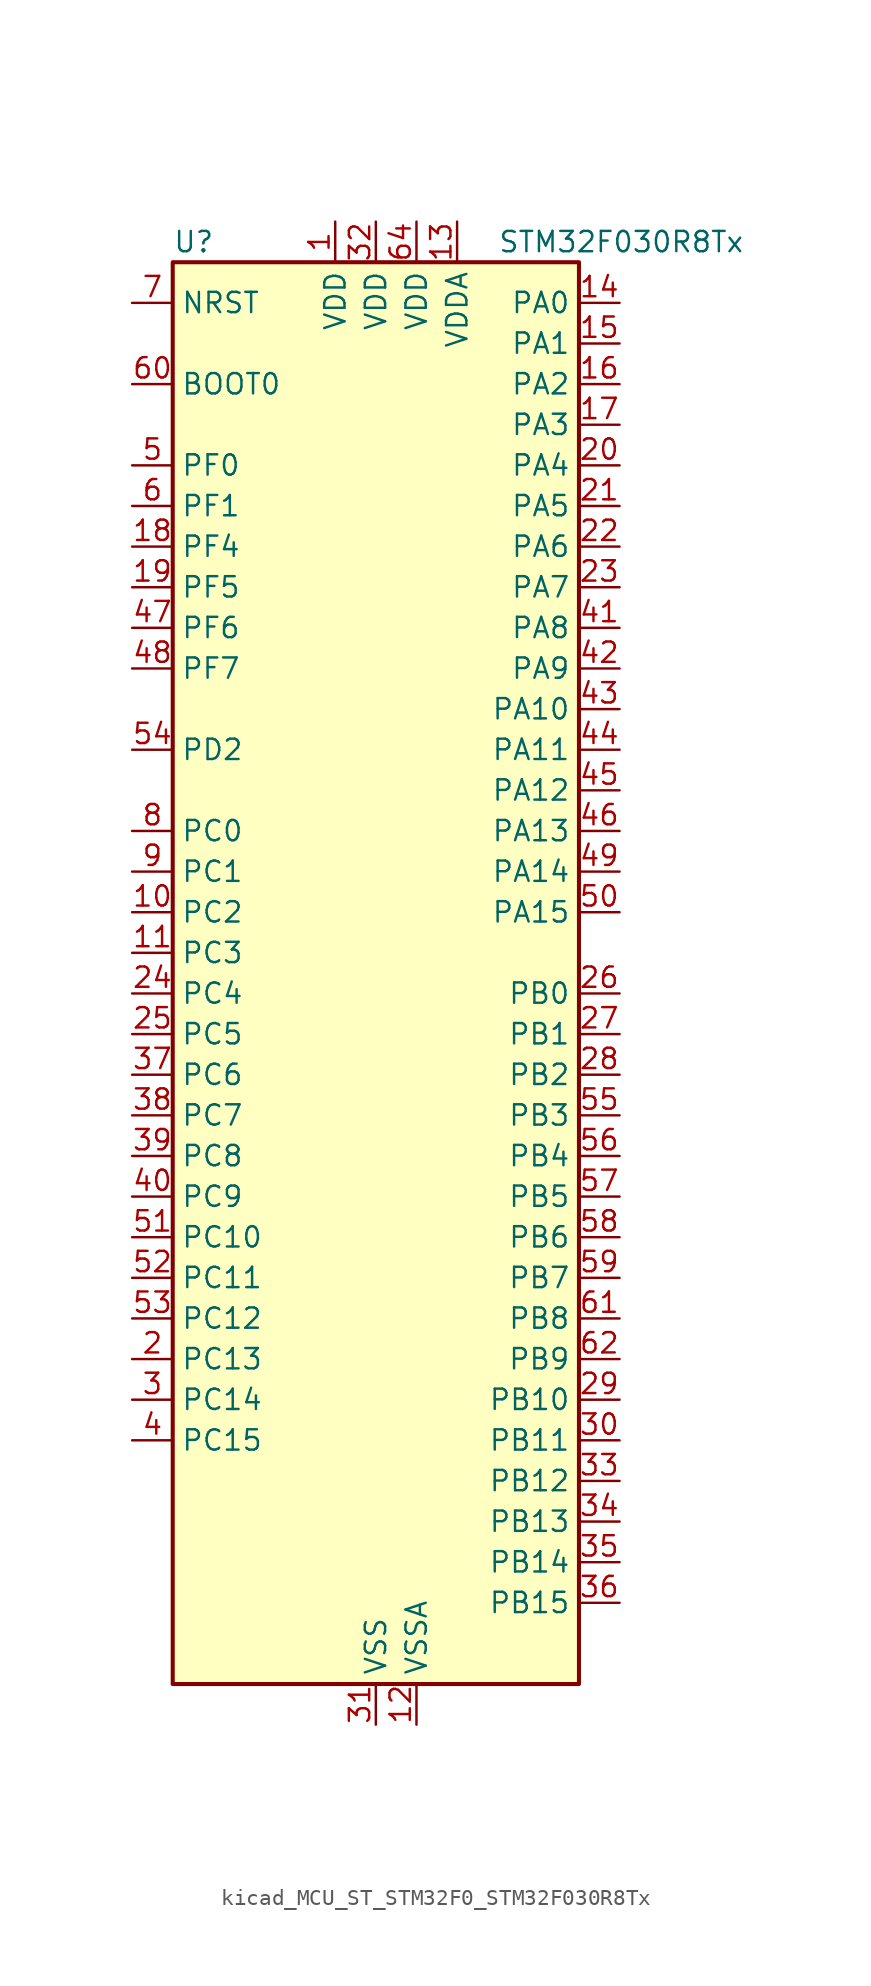
<source format=kicad_sym>
(kicad_symbol_lib
  (version 20220914)
  (generator kicad_symbol_editor)
  (symbol "kicad_MCU_ST_STM32F0_STM32F030R8Tx"
    (property "Reference" "U"
      (at -12.7 46.99 0)
      (effects (font (size 1.27 1.27)) (justify left)))
    (property "Value" "STM32F030R8Tx"
      (at 7.62 46.99 0)
      (effects (font (size 1.27 1.27)) (justify left)))
    (property "ki_locked" ""
      (at 0 0 0)
      (effects (font (size 1.27 1.27))))
    (symbol "kicad_MCU_ST_STM32F0_STM32F030R8Tx_0_1"
      (rectangle (start -12.7 -43.18) (end 12.7 45.72) (stroke (width 0.254) (type default)) (fill (type background))))
    (symbol "kicad_MCU_ST_STM32F0_STM32F030R8Tx_1_1"
      (pin power_in line (at -2.54 48.26 270) (length 2.54) (name "VDD" (effects (font (size 1.27 1.27)))) (number "1" (effects (font (size 1.27 1.27)))))
      (pin bidirectional line (at -15.24 5.08 0) (length 2.54) (name "PC2" (effects (font (size 1.27 1.27)))) (number "10" (effects (font (size 1.27 1.27)))) (alternate "ADC_IN12" bidirectional line))
      (pin bidirectional line (at -15.24 2.54 0) (length 2.54) (name "PC3" (effects (font (size 1.27 1.27)))) (number "11" (effects (font (size 1.27 1.27)))) (alternate "ADC_IN13" bidirectional line))
      (pin power_in line (at 2.54 -45.72 90) (length 2.54) (name "VSSA" (effects (font (size 1.27 1.27)))) (number "12" (effects (font (size 1.27 1.27)))))
      (pin power_in line (at 5.08 48.26 270) (length 2.54) (name "VDDA" (effects (font (size 1.27 1.27)))) (number "13" (effects (font (size 1.27 1.27)))))
      (pin bidirectional line (at 15.24 43.18 180) (length 2.54) (name "PA0" (effects (font (size 1.27 1.27)))) (number "14" (effects (font (size 1.27 1.27)))) (alternate "ADC_IN0" bidirectional line) (alternate "RTC_TAMP2" bidirectional line) (alternate "SYS_WKUP1" bidirectional line) (alternate "USART2_CTS" bidirectional line))
      (pin bidirectional line (at 15.24 40.64 180) (length 2.54) (name "PA1" (effects (font (size 1.27 1.27)))) (number "15" (effects (font (size 1.27 1.27)))) (alternate "ADC_IN1" bidirectional line) (alternate "USART2_DE" bidirectional line) (alternate "USART2_RTS" bidirectional line))
      (pin bidirectional line (at 15.24 38.1 180) (length 2.54) (name "PA2" (effects (font (size 1.27 1.27)))) (number "16" (effects (font (size 1.27 1.27)))) (alternate "ADC_IN2" bidirectional line) (alternate "TIM15_CH1" bidirectional line) (alternate "USART2_TX" bidirectional line))
      (pin bidirectional line (at 15.24 35.56 180) (length 2.54) (name "PA3" (effects (font (size 1.27 1.27)))) (number "17" (effects (font (size 1.27 1.27)))) (alternate "ADC_IN3" bidirectional line) (alternate "TIM15_CH2" bidirectional line) (alternate "USART2_RX" bidirectional line))
      (pin bidirectional line (at -15.24 27.94 0) (length 2.54) (name "PF4" (effects (font (size 1.27 1.27)))) (number "18" (effects (font (size 1.27 1.27)))))
      (pin bidirectional line (at -15.24 25.4 0) (length 2.54) (name "PF5" (effects (font (size 1.27 1.27)))) (number "19" (effects (font (size 1.27 1.27)))))
      (pin bidirectional line (at -15.24 -22.86 0) (length 2.54) (name "PC13" (effects (font (size 1.27 1.27)))) (number "2" (effects (font (size 1.27 1.27)))) (alternate "RTC_OUT_ALARM" bidirectional line) (alternate "RTC_OUT_CALIB" bidirectional line) (alternate "RTC_TAMP1" bidirectional line) (alternate "RTC_TS" bidirectional line) (alternate "SYS_WKUP2" bidirectional line))
      (pin bidirectional line (at 15.24 33.02 180) (length 2.54) (name "PA4" (effects (font (size 1.27 1.27)))) (number "20" (effects (font (size 1.27 1.27)))) (alternate "ADC_IN4" bidirectional line) (alternate "SPI1_NSS" bidirectional line) (alternate "TIM14_CH1" bidirectional line) (alternate "USART2_CK" bidirectional line))
      (pin bidirectional line (at 15.24 30.48 180) (length 2.54) (name "PA5" (effects (font (size 1.27 1.27)))) (number "21" (effects (font (size 1.27 1.27)))) (alternate "ADC_IN5" bidirectional line) (alternate "SPI1_SCK" bidirectional line))
      (pin bidirectional line (at 15.24 27.94 180) (length 2.54) (name "PA6" (effects (font (size 1.27 1.27)))) (number "22" (effects (font (size 1.27 1.27)))) (alternate "ADC_IN6" bidirectional line) (alternate "SPI1_MISO" bidirectional line) (alternate "TIM16_CH1" bidirectional line) (alternate "TIM1_BKIN" bidirectional line) (alternate "TIM3_CH1" bidirectional line))
      (pin bidirectional line (at 15.24 25.4 180) (length 2.54) (name "PA7" (effects (font (size 1.27 1.27)))) (number "23" (effects (font (size 1.27 1.27)))) (alternate "ADC_IN7" bidirectional line) (alternate "SPI1_MOSI" bidirectional line) (alternate "TIM14_CH1" bidirectional line) (alternate "TIM17_CH1" bidirectional line) (alternate "TIM1_CH1N" bidirectional line) (alternate "TIM3_CH2" bidirectional line))
      (pin bidirectional line (at -15.24 0 0) (length 2.54) (name "PC4" (effects (font (size 1.27 1.27)))) (number "24" (effects (font (size 1.27 1.27)))) (alternate "ADC_IN14" bidirectional line))
      (pin bidirectional line (at -15.24 -2.54 0) (length 2.54) (name "PC5" (effects (font (size 1.27 1.27)))) (number "25" (effects (font (size 1.27 1.27)))) (alternate "ADC_IN15" bidirectional line))
      (pin bidirectional line (at 15.24 0 180) (length 2.54) (name "PB0" (effects (font (size 1.27 1.27)))) (number "26" (effects (font (size 1.27 1.27)))) (alternate "ADC_IN8" bidirectional line) (alternate "TIM1_CH2N" bidirectional line) (alternate "TIM3_CH3" bidirectional line))
      (pin bidirectional line (at 15.24 -2.54 180) (length 2.54) (name "PB1" (effects (font (size 1.27 1.27)))) (number "27" (effects (font (size 1.27 1.27)))) (alternate "ADC_IN9" bidirectional line) (alternate "TIM14_CH1" bidirectional line) (alternate "TIM1_CH3N" bidirectional line) (alternate "TIM3_CH4" bidirectional line))
      (pin bidirectional line (at 15.24 -5.08 180) (length 2.54) (name "PB2" (effects (font (size 1.27 1.27)))) (number "28" (effects (font (size 1.27 1.27)))))
      (pin bidirectional line (at 15.24 -25.4 180) (length 2.54) (name "PB10" (effects (font (size 1.27 1.27)))) (number "29" (effects (font (size 1.27 1.27)))) (alternate "I2C2_SCL" bidirectional line))
      (pin bidirectional line (at -15.24 -25.4 0) (length 2.54) (name "PC14" (effects (font (size 1.27 1.27)))) (number "3" (effects (font (size 1.27 1.27)))) (alternate "RCC_OSC32_IN" bidirectional line))
      (pin bidirectional line (at 15.24 -27.94 180) (length 2.54) (name "PB11" (effects (font (size 1.27 1.27)))) (number "30" (effects (font (size 1.27 1.27)))) (alternate "I2C2_SDA" bidirectional line))
      (pin power_in line (at 0 -45.72 90) (length 2.54) (name "VSS" (effects (font (size 1.27 1.27)))) (number "31" (effects (font (size 1.27 1.27)))))
      (pin power_in line (at 0 48.26 270) (length 2.54) (name "VDD" (effects (font (size 1.27 1.27)))) (number "32" (effects (font (size 1.27 1.27)))))
      (pin bidirectional line (at 15.24 -30.48 180) (length 2.54) (name "PB12" (effects (font (size 1.27 1.27)))) (number "33" (effects (font (size 1.27 1.27)))) (alternate "SPI2_NSS" bidirectional line) (alternate "TIM1_BKIN" bidirectional line))
      (pin bidirectional line (at 15.24 -33.02 180) (length 2.54) (name "PB13" (effects (font (size 1.27 1.27)))) (number "34" (effects (font (size 1.27 1.27)))) (alternate "SPI2_SCK" bidirectional line) (alternate "TIM1_CH1N" bidirectional line))
      (pin bidirectional line (at 15.24 -35.56 180) (length 2.54) (name "PB14" (effects (font (size 1.27 1.27)))) (number "35" (effects (font (size 1.27 1.27)))) (alternate "SPI2_MISO" bidirectional line) (alternate "TIM15_CH1" bidirectional line) (alternate "TIM1_CH2N" bidirectional line))
      (pin bidirectional line (at 15.24 -38.1 180) (length 2.54) (name "PB15" (effects (font (size 1.27 1.27)))) (number "36" (effects (font (size 1.27 1.27)))) (alternate "RTC_REFIN" bidirectional line) (alternate "SPI2_MOSI" bidirectional line) (alternate "TIM15_CH1N" bidirectional line) (alternate "TIM15_CH2" bidirectional line) (alternate "TIM1_CH3N" bidirectional line))
      (pin bidirectional line (at -15.24 -5.08 0) (length 2.54) (name "PC6" (effects (font (size 1.27 1.27)))) (number "37" (effects (font (size 1.27 1.27)))) (alternate "TIM3_CH1" bidirectional line))
      (pin bidirectional line (at -15.24 -7.62 0) (length 2.54) (name "PC7" (effects (font (size 1.27 1.27)))) (number "38" (effects (font (size 1.27 1.27)))) (alternate "TIM3_CH2" bidirectional line))
      (pin bidirectional line (at -15.24 -10.16 0) (length 2.54) (name "PC8" (effects (font (size 1.27 1.27)))) (number "39" (effects (font (size 1.27 1.27)))) (alternate "TIM3_CH3" bidirectional line))
      (pin bidirectional line (at -15.24 -27.94 0) (length 2.54) (name "PC15" (effects (font (size 1.27 1.27)))) (number "4" (effects (font (size 1.27 1.27)))) (alternate "RCC_OSC32_OUT" bidirectional line))
      (pin bidirectional line (at -15.24 -12.7 0) (length 2.54) (name "PC9" (effects (font (size 1.27 1.27)))) (number "40" (effects (font (size 1.27 1.27)))) (alternate "TIM3_CH4" bidirectional line))
      (pin bidirectional line (at 15.24 22.86 180) (length 2.54) (name "PA8" (effects (font (size 1.27 1.27)))) (number "41" (effects (font (size 1.27 1.27)))) (alternate "RCC_MCO" bidirectional line) (alternate "TIM1_CH1" bidirectional line) (alternate "USART1_CK" bidirectional line))
      (pin bidirectional line (at 15.24 20.32 180) (length 2.54) (name "PA9" (effects (font (size 1.27 1.27)))) (number "42" (effects (font (size 1.27 1.27)))) (alternate "TIM15_BKIN" bidirectional line) (alternate "TIM1_CH2" bidirectional line) (alternate "USART1_TX" bidirectional line))
      (pin bidirectional line (at 15.24 17.78 180) (length 2.54) (name "PA10" (effects (font (size 1.27 1.27)))) (number "43" (effects (font (size 1.27 1.27)))) (alternate "TIM17_BKIN" bidirectional line) (alternate "TIM1_CH3" bidirectional line) (alternate "USART1_RX" bidirectional line))
      (pin bidirectional line (at 15.24 15.24 180) (length 2.54) (name "PA11" (effects (font (size 1.27 1.27)))) (number "44" (effects (font (size 1.27 1.27)))) (alternate "TIM1_CH4" bidirectional line) (alternate "USART1_CTS" bidirectional line))
      (pin bidirectional line (at 15.24 12.7 180) (length 2.54) (name "PA12" (effects (font (size 1.27 1.27)))) (number "45" (effects (font (size 1.27 1.27)))) (alternate "TIM1_ETR" bidirectional line) (alternate "USART1_DE" bidirectional line) (alternate "USART1_RTS" bidirectional line))
      (pin bidirectional line (at 15.24 10.16 180) (length 2.54) (name "PA13" (effects (font (size 1.27 1.27)))) (number "46" (effects (font (size 1.27 1.27)))) (alternate "IR_OUT" bidirectional line) (alternate "SYS_SWDIO" bidirectional line))
      (pin bidirectional line (at -15.24 22.86 0) (length 2.54) (name "PF6" (effects (font (size 1.27 1.27)))) (number "47" (effects (font (size 1.27 1.27)))) (alternate "I2C2_SCL" bidirectional line))
      (pin bidirectional line (at -15.24 20.32 0) (length 2.54) (name "PF7" (effects (font (size 1.27 1.27)))) (number "48" (effects (font (size 1.27 1.27)))) (alternate "I2C2_SDA" bidirectional line))
      (pin bidirectional line (at 15.24 7.62 180) (length 2.54) (name "PA14" (effects (font (size 1.27 1.27)))) (number "49" (effects (font (size 1.27 1.27)))) (alternate "SYS_SWCLK" bidirectional line) (alternate "USART2_TX" bidirectional line))
      (pin bidirectional line (at -15.24 33.02 0) (length 2.54) (name "PF0" (effects (font (size 1.27 1.27)))) (number "5" (effects (font (size 1.27 1.27)))) (alternate "RCC_OSC_IN" bidirectional line))
      (pin bidirectional line (at 15.24 5.08 180) (length 2.54) (name "PA15" (effects (font (size 1.27 1.27)))) (number "50" (effects (font (size 1.27 1.27)))) (alternate "SPI1_NSS" bidirectional line) (alternate "USART2_RX" bidirectional line))
      (pin bidirectional line (at -15.24 -15.24 0) (length 2.54) (name "PC10" (effects (font (size 1.27 1.27)))) (number "51" (effects (font (size 1.27 1.27)))))
      (pin bidirectional line (at -15.24 -17.78 0) (length 2.54) (name "PC11" (effects (font (size 1.27 1.27)))) (number "52" (effects (font (size 1.27 1.27)))))
      (pin bidirectional line (at -15.24 -20.32 0) (length 2.54) (name "PC12" (effects (font (size 1.27 1.27)))) (number "53" (effects (font (size 1.27 1.27)))))
      (pin bidirectional line (at -15.24 15.24 0) (length 2.54) (name "PD2" (effects (font (size 1.27 1.27)))) (number "54" (effects (font (size 1.27 1.27)))) (alternate "TIM3_ETR" bidirectional line))
      (pin bidirectional line (at 15.24 -7.62 180) (length 2.54) (name "PB3" (effects (font (size 1.27 1.27)))) (number "55" (effects (font (size 1.27 1.27)))) (alternate "SPI1_SCK" bidirectional line))
      (pin bidirectional line (at 15.24 -10.16 180) (length 2.54) (name "PB4" (effects (font (size 1.27 1.27)))) (number "56" (effects (font (size 1.27 1.27)))) (alternate "SPI1_MISO" bidirectional line) (alternate "TIM3_CH1" bidirectional line))
      (pin bidirectional line (at 15.24 -12.7 180) (length 2.54) (name "PB5" (effects (font (size 1.27 1.27)))) (number "57" (effects (font (size 1.27 1.27)))) (alternate "I2C1_SMBA" bidirectional line) (alternate "SPI1_MOSI" bidirectional line) (alternate "TIM16_BKIN" bidirectional line) (alternate "TIM3_CH2" bidirectional line))
      (pin bidirectional line (at 15.24 -15.24 180) (length 2.54) (name "PB6" (effects (font (size 1.27 1.27)))) (number "58" (effects (font (size 1.27 1.27)))) (alternate "I2C1_SCL" bidirectional line) (alternate "TIM16_CH1N" bidirectional line) (alternate "USART1_TX" bidirectional line))
      (pin bidirectional line (at 15.24 -17.78 180) (length 2.54) (name "PB7" (effects (font (size 1.27 1.27)))) (number "59" (effects (font (size 1.27 1.27)))) (alternate "I2C1_SDA" bidirectional line) (alternate "TIM17_CH1N" bidirectional line) (alternate "USART1_RX" bidirectional line))
      (pin bidirectional line (at -15.24 30.48 0) (length 2.54) (name "PF1" (effects (font (size 1.27 1.27)))) (number "6" (effects (font (size 1.27 1.27)))) (alternate "RCC_OSC_OUT" bidirectional line))
      (pin input line (at -15.24 38.1 0) (length 2.54) (name "BOOT0" (effects (font (size 1.27 1.27)))) (number "60" (effects (font (size 1.27 1.27)))))
      (pin bidirectional line (at 15.24 -20.32 180) (length 2.54) (name "PB8" (effects (font (size 1.27 1.27)))) (number "61" (effects (font (size 1.27 1.27)))) (alternate "I2C1_SCL" bidirectional line) (alternate "TIM16_CH1" bidirectional line))
      (pin bidirectional line (at 15.24 -22.86 180) (length 2.54) (name "PB9" (effects (font (size 1.27 1.27)))) (number "62" (effects (font (size 1.27 1.27)))) (alternate "I2C1_SDA" bidirectional line) (alternate "IR_OUT" bidirectional line) (alternate "TIM17_CH1" bidirectional line))
      (pin passive line (at 0 -45.72 90) (length 2.54) hide (name "VSS" (effects (font (size 1.27 1.27)))) (number "63" (effects (font (size 1.27 1.27)))))
      (pin power_in line (at 2.54 48.26 270) (length 2.54) (name "VDD" (effects (font (size 1.27 1.27)))) (number "64" (effects (font (size 1.27 1.27)))))
      (pin input line (at -15.24 43.18 0) (length 2.54) (name "NRST" (effects (font (size 1.27 1.27)))) (number "7" (effects (font (size 1.27 1.27)))))
      (pin bidirectional line (at -15.24 10.16 0) (length 2.54) (name "PC0" (effects (font (size 1.27 1.27)))) (number "8" (effects (font (size 1.27 1.27)))) (alternate "ADC_IN10" bidirectional line))
      (pin bidirectional line (at -15.24 7.62 0) (length 2.54) (name "PC1" (effects (font (size 1.27 1.27)))) (number "9" (effects (font (size 1.27 1.27)))) (alternate "ADC_IN11" bidirectional line)))))
</source>
